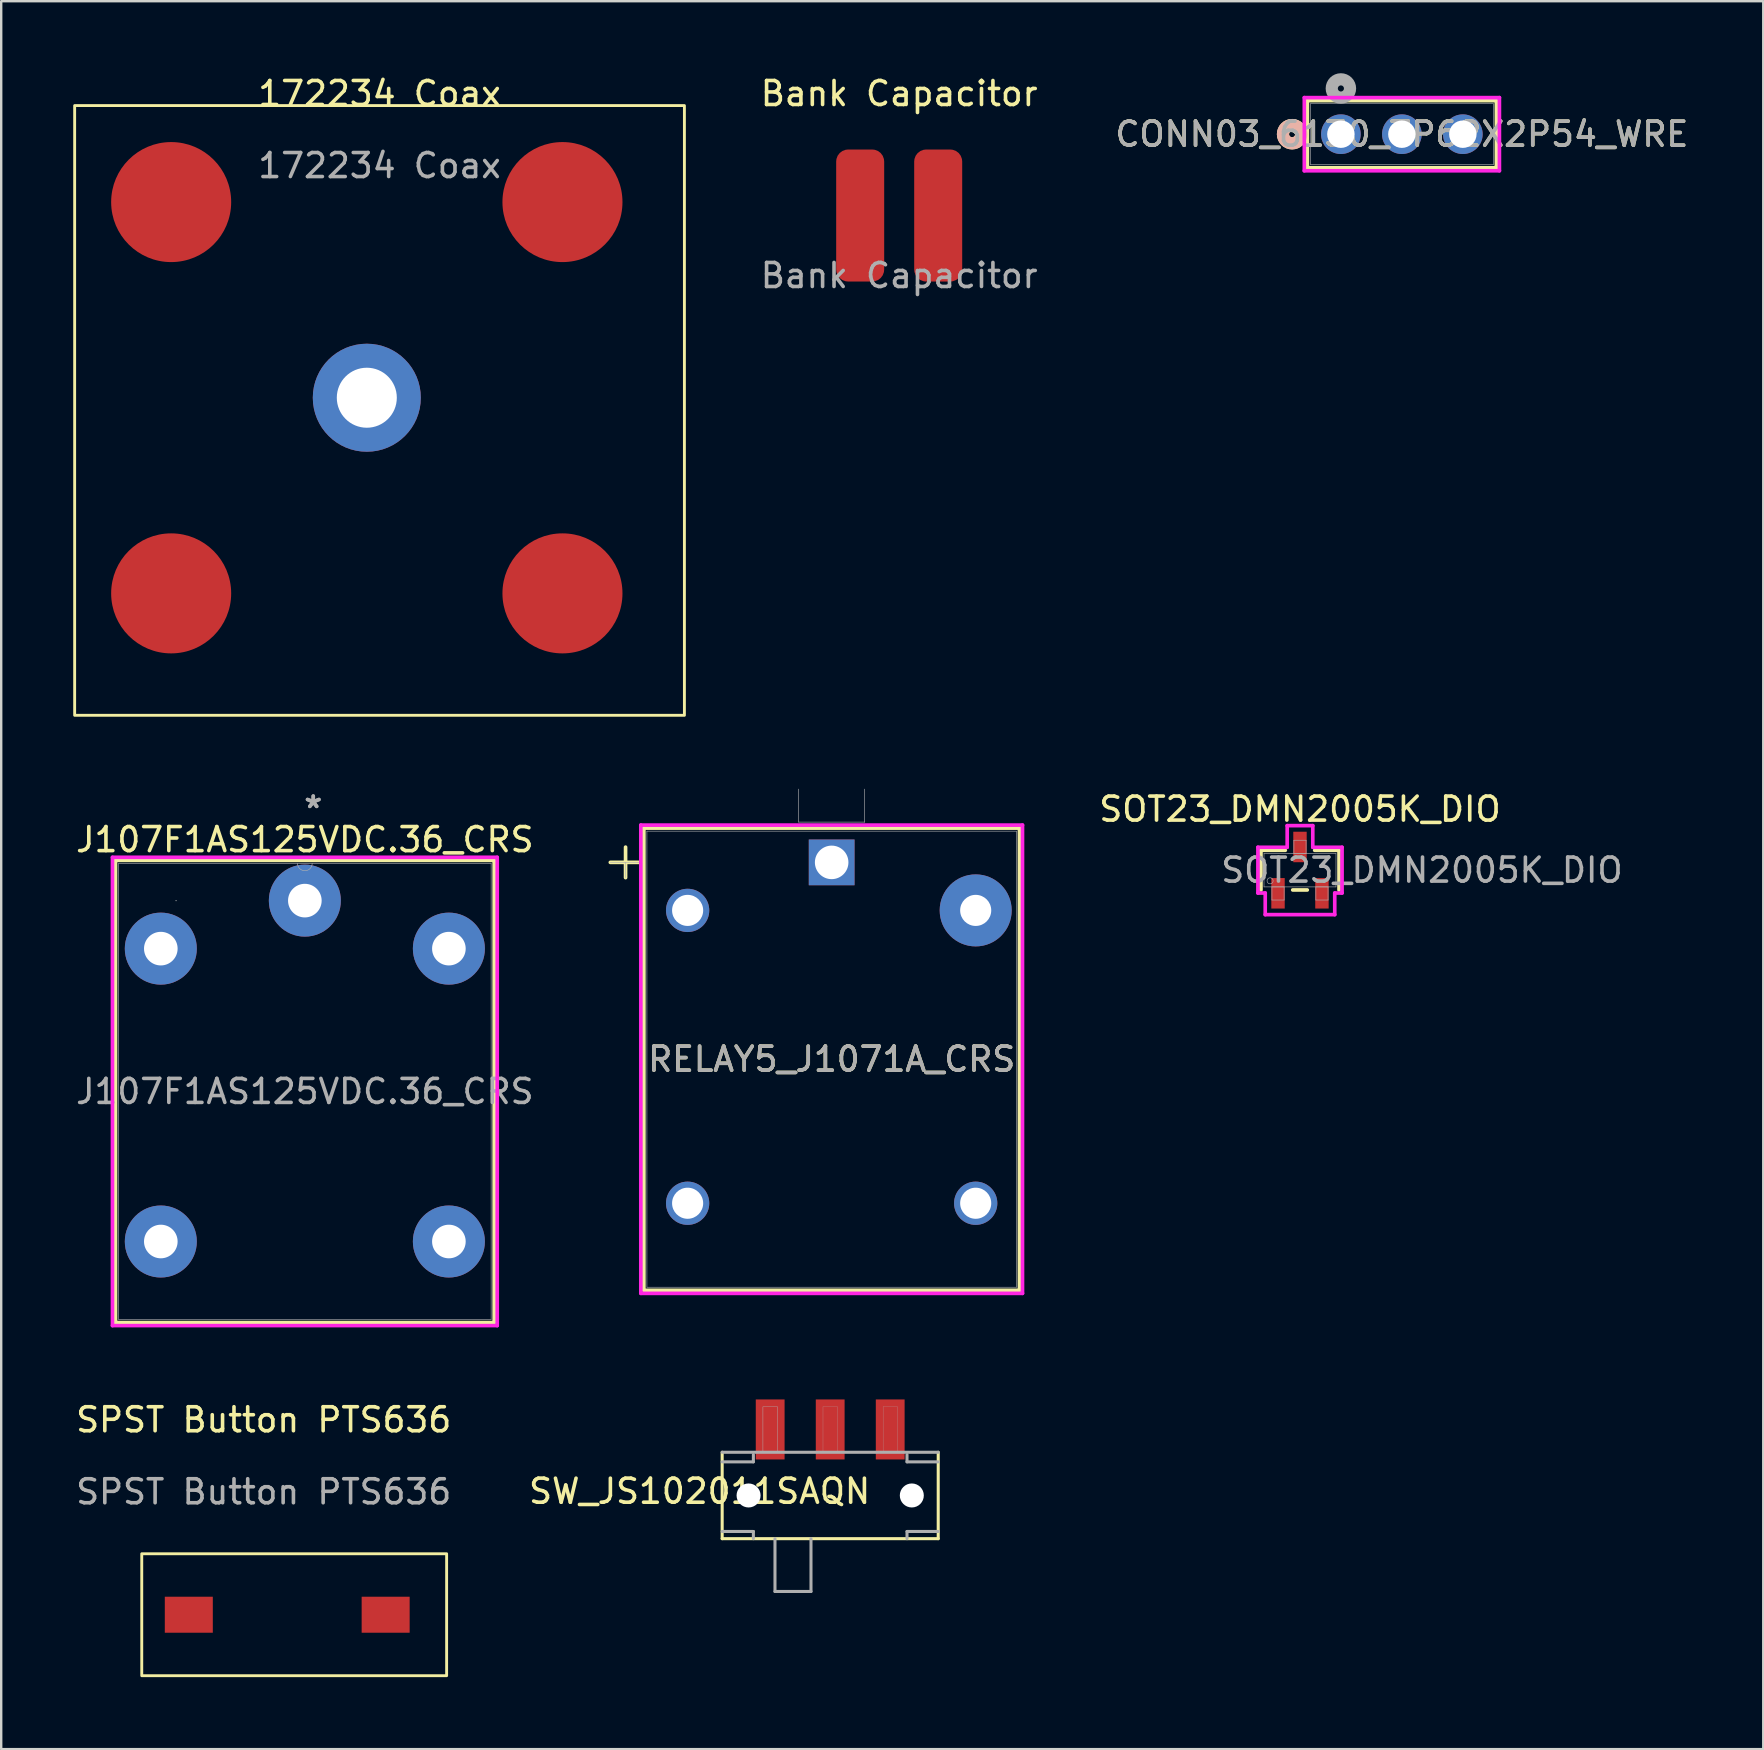
<source format=kicad_pcb>
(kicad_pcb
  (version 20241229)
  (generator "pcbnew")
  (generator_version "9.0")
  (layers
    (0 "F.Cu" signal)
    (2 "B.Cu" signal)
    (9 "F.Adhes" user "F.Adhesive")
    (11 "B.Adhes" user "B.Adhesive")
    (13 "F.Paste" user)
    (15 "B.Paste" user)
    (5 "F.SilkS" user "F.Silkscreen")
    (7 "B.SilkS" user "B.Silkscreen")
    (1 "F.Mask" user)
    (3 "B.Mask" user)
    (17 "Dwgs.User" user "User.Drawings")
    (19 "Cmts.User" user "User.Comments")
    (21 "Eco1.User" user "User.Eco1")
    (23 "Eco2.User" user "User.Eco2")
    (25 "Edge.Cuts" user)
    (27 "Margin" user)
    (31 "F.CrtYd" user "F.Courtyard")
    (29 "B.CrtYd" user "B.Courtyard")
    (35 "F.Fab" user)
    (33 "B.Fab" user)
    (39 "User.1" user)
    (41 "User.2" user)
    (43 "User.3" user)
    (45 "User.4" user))
  (footprint "172234 Coax"
    (layer "F.Cu")
    (at 12.23 13.518)
    (property "Reference" "172234 Coax" (at 0.53 -12.67 0) (unlocked yes) (layer "F.SilkS") (effects (font (size 1 1) (thickness 0.15))))
    (attr through_hole)
    (fp_rect (start -12.17 -12.17) (end 13.23 13.23) (stroke (width 0.12) (type solid)) (fill no) (layer "F.SilkS"))
    (fp_text user "${REFERENCE}" (at 0.53 -9.67 0) (unlocked yes) (layer "F.Fab") (effects (font (size 1 1) (thickness 0.15))))
    (pad "1" thru_hole circle (at 0 0) (size 4.5 4.5) (drill 2.5) (layers "*.Cu" "*.Mask"))
    (pad "2" smd circle (at -8.15 -8.15) (size 5 5) (layers "F.Cu" "F.Mask" "F.Paste"))
    (pad "2" smd circle (at -8.15 8.15) (size 5 5) (layers "F.Cu" "F.Mask" "F.Paste"))
    (pad "2" smd circle (at 8.15 -8.15) (size 5 5) (layers "F.Cu" "F.Mask" "F.Paste"))
    (pad "2" smd circle (at 8.15 8.15) (size 5 5) (layers "F.Cu" "F.Mask" "F.Paste")))
  (footprint "RELAY5_J1071A_CRS"
    (layer "F.Cu")
    (at 31.594 32.874)
    (property "Reference" "RELAY5_J1071A_CRS" (at 0 8.2 0) (unlocked yes) (layer "F.SilkS") (effects (font (size 1 1) (thickness 0.15))))
    (attr through_hole)
    (fp_line (start -9.22 0) (end -7.95 0) (stroke (width 0.152) (type solid)) (layer "F.SilkS"))
    (fp_line (start -8.585 -0.635) (end -8.585 0.635) (stroke (width 0.152) (type solid)) (layer "F.SilkS"))
    (fp_line (start -7.823 -1.427) (end -7.823 17.826) (stroke (width 0.152) (type solid)) (layer "F.SilkS"))
    (fp_line (start 7.823 -1.427) (end -7.823 -1.427) (stroke (width 0.152) (type solid)) (layer "F.SilkS"))
    (fp_line (start 7.823 -1.427) (end 7.823 17.826) (stroke (width 0.152) (type solid)) (layer "F.SilkS"))
    (fp_line (start 7.823 17.826) (end -7.823 17.826) (stroke (width 0.152) (type solid)) (layer "F.SilkS"))
    (fp_line (start -7.95 -1.554) (end -7.95 17.953) (stroke (width 0.152) (type solid)) (layer "F.CrtYd"))
    (fp_line (start -7.95 17.953) (end 7.95 17.953) (stroke (width 0.152) (type solid)) (layer "F.CrtYd"))
    (fp_line (start 7.95 -1.554) (end -7.95 -1.554) (stroke (width 0.152) (type solid)) (layer "F.CrtYd"))
    (fp_line (start 7.95 17.953) (end 7.95 -1.554) (stroke (width 0.152) (type solid)) (layer "F.CrtYd"))
    (fp_line (start -9.22 0) (end -7.95 0) (stroke (width 0.025) (type solid)) (layer "F.Fab"))
    (fp_line (start -8.585 0) (end -8.585 0.635) (stroke (width 0.025) (type solid)) (layer "F.Fab"))
    (fp_line (start -7.696 -1.3) (end -7.696 17.699) (stroke (width 0.025) (type solid)) (layer "F.Fab"))
    (fp_line (start -1.376 -1.677) (end -1.376 -3.053) (stroke (width 0.025) (type solid)) (layer "F.Fab"))
    (fp_line (start 1.376 -3.053) (end 1.376 -1.677) (stroke (width 0.025) (type solid)) (layer "F.Fab"))
    (fp_line (start 1.376 -1.677) (end -1.376 -1.677) (stroke (width 0.025) (type solid)) (layer "F.Fab"))
    (fp_line (start 7.696 -1.3) (end -7.696 -1.3) (stroke (width 0.025) (type solid)) (layer "F.Fab"))
    (fp_line (start 7.696 -1.3) (end 7.696 17.699) (stroke (width 0.025) (type solid)) (layer "F.Fab"))
    (fp_line (start 7.696 17.699) (end -7.696 17.699) (stroke (width 0.025) (type solid)) (layer "F.Fab"))
    (fp_text user "${REFERENCE}" (at 0 8.2 0) (unlocked yes) (layer "F.Fab") (effects (font (size 1 1) (thickness 0.15))))
    (pad "1" thru_hole rect (at 0 0) (size 1.905 1.905) (drill 1.397) (layers "*.Cu" "*.Mask"))
    (pad "2" thru_hole circle (at -6 2) (size 1.803 1.803) (drill 1.295) (layers "*.Cu" "*.Mask"))
    (pad "3" thru_hole circle (at -6 14.199) (size 1.803 1.803) (drill 1.295) (layers "*.Cu" "*.Mask"))
    (pad "4" thru_hole circle (at 6 14.199) (size 1.803 1.803) (drill 1.295) (layers "*.Cu" "*.Mask"))
    (pad "5" thru_hole circle (at 6 2) (size 3 3) (drill 1.295) (layers "*.Cu" "*.Mask")))
  (footprint "J107F1AS125VDC.36_CRS"
    (layer "F.Cu")
    (at 9.649 34.467)
    (property "Reference" "J107F1AS125VDC.36_CRS" (at 0 -2.54 0) (unlocked yes) (layer "F.SilkS") (effects (font (size 1 1) (thickness 0.15))))
    (attr through_hole)
    (fp_line (start -7.887 -1.677) (end -7.887 17.576) (stroke (width 0.152) (type solid)) (layer "F.SilkS"))
    (fp_line (start -7.887 17.576) (end 7.887 17.576) (stroke (width 0.152) (type solid)) (layer "F.SilkS"))
    (fp_line (start 7.887 -1.677) (end -7.887 -1.677) (stroke (width 0.152) (type solid)) (layer "F.SilkS"))
    (fp_line (start 7.887 17.576) (end 7.887 -1.677) (stroke (width 0.152) (type solid)) (layer "F.SilkS"))
    (fp_line (start -8.014 -1.804) (end 8.014 -1.804) (stroke (width 0.152) (type solid)) (layer "F.CrtYd"))
    (fp_line (start -8.014 17.703) (end -8.014 -1.804) (stroke (width 0.152) (type solid)) (layer "F.CrtYd"))
    (fp_line (start 8.014 -1.804) (end 8.014 17.703) (stroke (width 0.152) (type solid)) (layer "F.CrtYd"))
    (fp_line (start 8.014 17.703) (end -8.014 17.703) (stroke (width 0.152) (type solid)) (layer "F.CrtYd"))
    (fp_line (start -7.76 -1.55) (end -7.76 17.449) (stroke (width 0.025) (type solid)) (layer "F.Fab"))
    (fp_line (start -7.76 17.449) (end 7.76 17.449) (stroke (width 0.025) (type solid)) (layer "F.Fab"))
    (fp_line (start 7.76 -1.55) (end -7.76 -1.55) (stroke (width 0.025) (type solid)) (layer "F.Fab"))
    (fp_line (start 7.76 17.449) (end 7.76 -1.55) (stroke (width 0.025) (type solid)) (layer "F.Fab"))
    (fp_arc (start 0.3048 -1.55) (mid 0 -1.2452) (end -0.3048 -1.55) (stroke (width 0.0254) (type solid)) (layer "F.Fab"))
    (fp_circle (center -5.365 0) (end -5.365 0) (stroke (width 0.025) (type solid)) (fill no) (layer "F.Fab"))
    (fp_text user "*" (at 0.35 -3.81 0) (unlocked yes) (layer "F.Fab") (effects (font (size 1 1) (thickness 0.15))))
    (fp_text user "*" (at 0.35 -3.81 0) (layer "F.Fab") (effects (font (size 1 1) (thickness 0.15))))
    (fp_text user "${REFERENCE}" (at 0 7.95 0) (unlocked yes) (layer "F.Fab") (effects (font (size 1 1) (thickness 0.15))))
    (pad "1" thru_hole circle (at 0 0) (size 3 3) (drill 1.4) (layers "*.Cu" "*.Mask"))
    (pad "2" thru_hole circle (at -6 2) (size 3 3) (drill 1.4) (layers "*.Cu" "*.Mask"))
    (pad "3" thru_hole circle (at 6 2) (size 3 3) (drill 1.4) (layers "*.Cu" "*.Mask"))
    (pad "4" thru_hole circle (at -6 14.2 90) (size 3 3) (drill 1.4) (layers "*.Cu" "*.Mask"))
    (pad "5" thru_hole circle (at 6 14.2 90) (size 3 3) (drill 1.4) (layers "*.Cu" "*.Mask")))
  (footprint "SW_JS102011SAQN"
    (layer "F.Cu")
    (at 31.533 59.246)
    (property "Reference" "SW_JS102011SAQN" (at -5.439 -0.175 180) (layer "F.SilkS") (effects (font (size 1.001 1.001) (thickness 0.15))))
    (attr smd)
    (fp_line (start -4.5 -1.8) (end -4.5 1.8) (stroke (width 0.127) (type solid)) (layer "F.SilkS"))
    (fp_line (start -4.5 1.8) (end 4.5 1.8) (stroke (width 0.127) (type solid)) (layer "F.SilkS"))
    (fp_line (start 4.5 -1.8) (end 4.5 1.8) (stroke (width 0.127) (type solid)) (layer "F.SilkS"))
    (fp_line (start -4.5 -1.8) (end 4.5 -1.8) (stroke (width 0.127) (type solid)) (layer "F.Fab"))
    (fp_line (start -4.5 -1.4) (end -3.2 -1.4) (stroke (width 0.127) (type solid)) (layer "F.Fab"))
    (fp_line (start -4.5 1.5) (end -3.2 1.5) (stroke (width 0.127) (type solid)) (layer "F.Fab"))
    (fp_line (start -3.2 -1.7) (end -3.2 -1.4) (stroke (width 0.127) (type solid)) (layer "F.Fab"))
    (fp_line (start -3.2 1.5) (end -3.2 1.8) (stroke (width 0.127) (type solid)) (layer "F.Fab"))
    (fp_line (start -2.3 1.8) (end -2.3 4) (stroke (width 0.127) (type solid)) (layer "F.Fab"))
    (fp_line (start -2.3 4) (end -0.8 4) (stroke (width 0.127) (type solid)) (layer "F.Fab"))
    (fp_line (start -0.8 4) (end -0.8 1.8) (stroke (width 0.127) (type solid)) (layer "F.Fab"))
    (fp_line (start 3.2 -1.7) (end 3.2 -1.4) (stroke (width 0.127) (type solid)) (layer "F.Fab"))
    (fp_line (start 3.2 -1.4) (end 4.5 -1.4) (stroke (width 0.127) (type solid)) (layer "F.Fab"))
    (fp_line (start 3.2 1.5) (end 3.2 1.8) (stroke (width 0.127) (type solid)) (layer "F.Fab"))
    (fp_line (start 3.2 1.5) (end 4.5 1.5) (stroke (width 0.127) (type solid)) (layer "F.Fab"))
    (fp_poly (pts (xy -2.801 -3.7) (xy -2.2 -3.7) (xy -2.2 -1.801) (xy -2.801 -1.801)) (stroke (width 0.01) (type solid)) (fill no) (layer "F.Fab"))
    (fp_poly (pts (xy -2.801 -3.7) (xy -2.2 -3.7) (xy -2.2 -1.801) (xy -2.801 -1.801)) (stroke (width 0.01) (type solid)) (fill no) (layer "F.Fab"))
    (fp_poly (pts (xy -0.3 -3.7) (xy 0.3 -3.7) (xy 0.3 -1.8) (xy -0.3 -1.8)) (stroke (width 0.01) (type solid)) (fill no) (layer "F.Fab"))
    (fp_poly (pts (xy 2.204 -3.7) (xy 2.8 -3.7) (xy 2.8 -1.803) (xy 2.204 -1.803)) (stroke (width 0.01) (type solid)) (fill no) (layer "F.Fab"))
    (pad "" np_thru_hole circle (at -3.4 0) (size 1 1) (drill 1) (layers "*.Cu" "*.Mask"))
    (pad "" np_thru_hole circle (at 3.4 0) (size 1 1) (drill 1) (layers "*.Cu" "*.Mask"))
    (pad "1" smd rect (at -2.5 -2.75) (size 1.2 2.5) (layers "F.Cu" "F.Mask" "F.Paste"))
    (pad "2" smd rect (at 0 -2.75) (size 1.2 2.5) (layers "F.Cu" "F.Mask" "F.Paste"))
    (pad "3" smd rect (at 2.5 -2.75) (size 1.2 2.5) (layers "F.Cu" "F.Mask" "F.Paste")))
  (footprint "CONN03_6130_7P62X2P54_WRE"
    (layer "F.Cu")
    (at 52.807 2.54)
    (property "Reference" "CONN03_6130_7P62X2P54_WRE" (at 2.54 0 0) (unlocked yes) (layer "F.SilkS") (effects (font (size 1 1) (thickness 0.15))))
    (attr through_hole)
    (fp_line (start -1.397 -1.397) (end -1.397 1.397) (stroke (width 0.152) (type solid)) (layer "F.SilkS"))
    (fp_line (start -1.397 1.397) (end 6.477 1.397) (stroke (width 0.152) (type solid)) (layer "F.SilkS"))
    (fp_line (start 6.477 -1.397) (end -1.397 -1.397) (stroke (width 0.152) (type solid)) (layer "F.SilkS"))
    (fp_line (start 6.477 1.397) (end 6.477 -1.397) (stroke (width 0.152) (type solid)) (layer "F.SilkS"))
    (fp_circle (center -2.032 0) (end -1.651 0) (stroke (width 0.508) (type solid)) (fill no) (layer "F.SilkS"))
    (fp_circle (center -2.032 0) (end -1.651 0) (stroke (width 0.508) (type solid)) (fill no) (layer "B.SilkS"))
    (fp_line (start -1.524 -1.524) (end -1.524 1.524) (stroke (width 0.152) (type solid)) (layer "F.CrtYd"))
    (fp_line (start -1.524 1.524) (end 6.604 1.524) (stroke (width 0.152) (type solid)) (layer "F.CrtYd"))
    (fp_line (start 6.604 -1.524) (end -1.524 -1.524) (stroke (width 0.152) (type solid)) (layer "F.CrtYd"))
    (fp_line (start 6.604 1.524) (end 6.604 -1.524) (stroke (width 0.152) (type solid)) (layer "F.CrtYd"))
    (fp_line (start -1.27 -1.27) (end -1.27 1.27) (stroke (width 0.025) (type solid)) (layer "F.Fab"))
    (fp_line (start -1.27 1.27) (end 6.35 1.27) (stroke (width 0.025) (type solid)) (layer "F.Fab"))
    (fp_line (start 6.35 -1.27) (end -1.27 -1.27) (stroke (width 0.025) (type solid)) (layer "F.Fab"))
    (fp_line (start 6.35 1.27) (end 6.35 -1.27) (stroke (width 0.025) (type solid)) (layer "F.Fab"))
    (fp_circle (center 0 -1.905) (end 0.381 -1.905) (stroke (width 0.508) (type solid)) (fill no) (layer "F.Fab"))
    (fp_text user "${REFERENCE}" (at 2.54 0 0) (unlocked yes) (layer "F.Fab") (effects (font (size 1 1) (thickness 0.15))))
    (pad "1" thru_hole circle (at 0 0) (size 1.651 1.651) (drill 1.143) (layers "*.Cu" "*.Mask"))
    (pad "2" thru_hole circle (at 2.54 0) (size 1.651 1.651) (drill 1.143) (layers "*.Cu" "*.Mask"))
    (pad "3" thru_hole circle (at 5.08 0) (size 1.651 1.651) (drill 1.143) (layers "*.Cu" "*.Mask")))
  (footprint "SOT23_DMN2005K_DIO"
    (layer "F.Cu")
    (at 51.103 33.197)
    (property "Reference" "SOT23_DMN2005K_DIO" (at 0 -2.54 0) (unlocked yes) (layer "F.SilkS") (effects (font (size 1 1) (thickness 0.15))))
    (attr smd)
    (fp_line (start -1.626 -0.826) (end -1.626 0.826) (stroke (width 0.152) (type solid)) (layer "F.SilkS"))
    (fp_line (start -0.612 -0.826) (end -1.626 -0.826) (stroke (width 0.152) (type solid)) (layer "F.SilkS"))
    (fp_line (start -0.303 0.826) (end 0.303 0.826) (stroke (width 0.152) (type solid)) (layer "F.SilkS"))
    (fp_line (start 1.626 -0.826) (end 0.612 -0.826) (stroke (width 0.152) (type solid)) (layer "F.SilkS"))
    (fp_line (start 1.626 0.826) (end 1.626 -0.826) (stroke (width 0.152) (type solid)) (layer "F.SilkS"))
    (fp_line (start -1.753 -0.953) (end -0.533 -0.953) (stroke (width 0.152) (type solid)) (layer "F.CrtYd"))
    (fp_line (start -1.753 0.953) (end -1.753 -0.953) (stroke (width 0.152) (type solid)) (layer "F.CrtYd"))
    (fp_line (start -1.753 0.953) (end -1.448 0.953) (stroke (width 0.152) (type solid)) (layer "F.CrtYd"))
    (fp_line (start -1.448 0.953) (end -1.448 1.854) (stroke (width 0.152) (type solid)) (layer "F.CrtYd"))
    (fp_line (start -1.448 1.854) (end 1.448 1.854) (stroke (width 0.152) (type solid)) (layer "F.CrtYd"))
    (fp_line (start -0.533 -1.854) (end 0.533 -1.854) (stroke (width 0.152) (type solid)) (layer "F.CrtYd"))
    (fp_line (start -0.533 -0.953) (end -0.533 -1.854) (stroke (width 0.152) (type solid)) (layer "F.CrtYd"))
    (fp_line (start 0.533 -0.953) (end 0.533 -1.854) (stroke (width 0.152) (type solid)) (layer "F.CrtYd"))
    (fp_line (start 1.448 0.953) (end 1.448 1.854) (stroke (width 0.152) (type solid)) (layer "F.CrtYd"))
    (fp_line (start 1.753 -0.953) (end 0.533 -0.953) (stroke (width 0.152) (type solid)) (layer "F.CrtYd"))
    (fp_line (start 1.753 -0.953) (end 1.753 0.953) (stroke (width 0.152) (type solid)) (layer "F.CrtYd"))
    (fp_line (start 1.753 0.953) (end 1.448 0.953) (stroke (width 0.152) (type solid)) (layer "F.CrtYd"))
    (fp_line (start -1.499 -0.699) (end -1.499 0.699) (stroke (width 0.025) (type solid)) (layer "F.Fab"))
    (fp_line (start -1.499 0.699) (end 1.499 0.699) (stroke (width 0.025) (type solid)) (layer "F.Fab"))
    (fp_line (start -1.169 0.699) (end -1.169 1.245) (stroke (width 0.025) (type solid)) (layer "F.Fab"))
    (fp_line (start -1.169 1.245) (end -0.661 1.245) (stroke (width 0.025) (type solid)) (layer "F.Fab"))
    (fp_line (start -0.661 0.699) (end -1.169 0.699) (stroke (width 0.025) (type solid)) (layer "F.Fab"))
    (fp_line (start -0.661 1.245) (end -0.661 0.699) (stroke (width 0.025) (type solid)) (layer "F.Fab"))
    (fp_line (start -0.254 -1.245) (end -0.254 -0.699) (stroke (width 0.025) (type solid)) (layer "F.Fab"))
    (fp_line (start -0.254 -0.699) (end 0.254 -0.699) (stroke (width 0.025) (type solid)) (layer "F.Fab"))
    (fp_line (start 0.254 -1.245) (end -0.254 -1.245) (stroke (width 0.025) (type solid)) (layer "F.Fab"))
    (fp_line (start 0.254 -0.699) (end 0.254 -1.245) (stroke (width 0.025) (type solid)) (layer "F.Fab"))
    (fp_line (start 0.661 0.699) (end 0.661 1.245) (stroke (width 0.025) (type solid)) (layer "F.Fab"))
    (fp_line (start 0.661 1.245) (end 1.169 1.245) (stroke (width 0.025) (type solid)) (layer "F.Fab"))
    (fp_line (start 1.169 0.699) (end 0.661 0.699) (stroke (width 0.025) (type solid)) (layer "F.Fab"))
    (fp_line (start 1.169 1.245) (end 1.169 0.699) (stroke (width 0.025) (type solid)) (layer "F.Fab"))
    (fp_line (start 1.499 -0.699) (end -1.499 -0.699) (stroke (width 0.025) (type solid)) (layer "F.Fab"))
    (fp_line (start 1.499 0.699) (end 1.499 -0.699) (stroke (width 0.025) (type solid)) (layer "F.Fab"))
    (fp_circle (center -1.245 0.445) (end -1.118 0.445) (stroke (width 0.025) (type solid)) (fill no) (layer "F.Fab"))
    (fp_text user "${REFERENCE}" (at 5.08 0 0) (unlocked yes) (layer "F.Fab") (effects (font (size 1 1) (thickness 0.15))))
    (pad "1" smd rect (at -0.915 0.965) (size 0.559 1.27) (layers "F.Cu" "F.Mask" "F.Paste"))
    (pad "2" smd rect (at 0.915 0.965) (size 0.559 1.27) (layers "F.Cu" "F.Mask" "F.Paste"))
    (pad "3" smd rect (at 0 -0.965) (size 0.559 1.27) (layers "F.Cu" "F.Mask" "F.Paste")))
  (footprint "Bank Capacitor"
    (layer "F.Cu")
    (at 34.407 5.928)
    (property "Reference" "Bank Capacitor" (at 0 -5.08 0) (unlocked yes) (layer "F.SilkS") (effects (font (size 1 1) (thickness 0.15))))
    (attr smd)
    (fp_text user "${REFERENCE}" (at 0 2.5 0) (unlocked yes) (layer "F.Fab") (effects (font (size 1 1) (thickness 0.15))))
    (pad "1" smd roundrect (at 1.625 0) (size 2 5.5) (layers "F.Cu" "F.Mask" "F.Paste") (roundrect_rratio 0.25))
    (pad "2" smd roundrect (at -1.625 0) (size 2 5.5) (layers "F.Cu" "F.Mask" "F.Paste") (roundrect_rratio 0.25)))
  (footprint "SPST Button PTS636"
    (layer "F.Cu")
    (at 7.935 56.594)
    (property "Reference" "SPST Button PTS636" (at 0 -0.5 0) (unlocked yes) (layer "F.SilkS") (effects (font (size 1 1) (thickness 0.15))))
    (attr smd)
    (fp_rect (start -5.08 5.08) (end 7.62 10.16) (stroke (width 0.12) (type solid)) (fill no) (layer "F.SilkS"))
    (fp_text user "${REFERENCE}" (at 0 2.5 0) (unlocked yes) (layer "F.Fab") (effects (font (size 1 1) (thickness 0.15))))
    (pad "1" smd rect (at -3.12 7.62) (size 2 1.5) (layers "F.Cu" "F.Mask" "F.Paste"))
    (pad "2" smd rect (at 5.08 7.62) (size 2 1.5) (layers "F.Cu" "F.Mask" "F.Paste")))
  (gr_rect
    (start -3 -3)
    (end 70.401 69.814)
    (stroke (width 0.1) (type default))
    (fill no)
    (layer "Edge.Cuts")))
</source>
